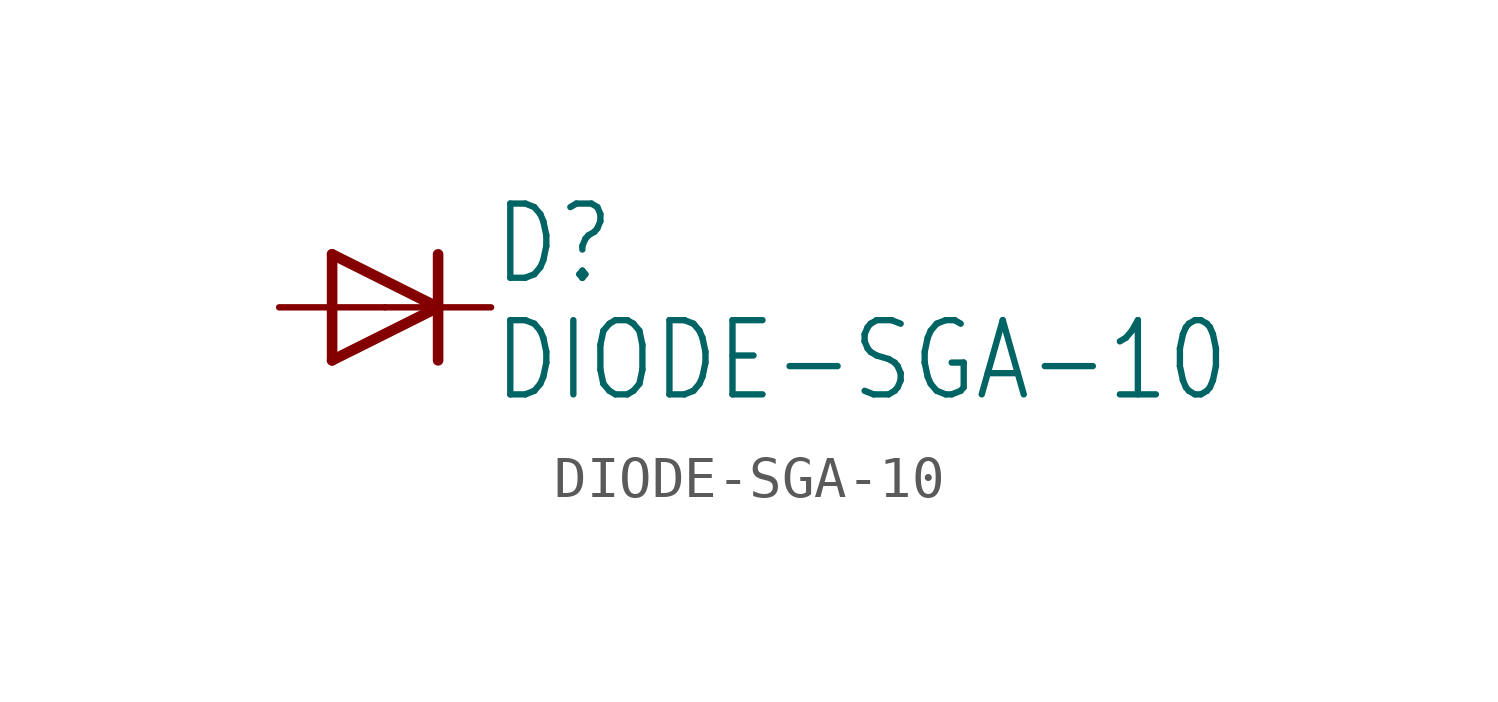
<source format=kicad_sym>
(kicad_symbol_lib
  (version 20211014)
  (generator kicad_symbol_editor)
  (symbol "DIODE-SGA-10"
    (property "Reference" "D"
      (at 2.54 0.483 0)
      (effects (font (size 1.778 1.511)) (justify left bottom)))
    (property "Value" "DIODE-SGA-10"
      (at 2.54 -2.311 0)
      (effects (font (size 1.778 1.511)) (justify left bottom)))
    (property "ki_locked" ""
      (at 0 0 0)
      (effects (font (size 1.27 1.27))))
    (symbol "DIODE-SGA-10_1_0"
      (polyline (pts (xy -1.27 -1.27) (xy 1.27 0)) (stroke (width 0.254) (type default) (color 0 0 0 0)) (fill (type none)))
      (polyline (pts (xy -1.27 1.27) (xy -1.27 -1.27)) (stroke (width 0.254) (type default) (color 0 0 0 0)) (fill (type none)))
      (polyline (pts (xy 1.27 0) (xy -1.27 1.27)) (stroke (width 0.254) (type default) (color 0 0 0 0)) (fill (type none)))
      (polyline (pts (xy 1.27 0) (xy 1.27 -1.27)) (stroke (width 0.254) (type default) (color 0 0 0 0)) (fill (type none)))
      (polyline (pts (xy 1.27 1.27) (xy 1.27 0)) (stroke (width 0.254) (type default) (color 0 0 0 0)) (fill (type none)))
      (pin passive line (at -2.54 0 0) (length 2.54) (name "A" (effects (font (size 0 0)))) (number "A" (effects (font (size 0 0)))))
      (pin passive line (at 2.54 0 180) (length 2.54) (name "C" (effects (font (size 0 0)))) (number "C" (effects (font (size 0 0))))))))
</source>
